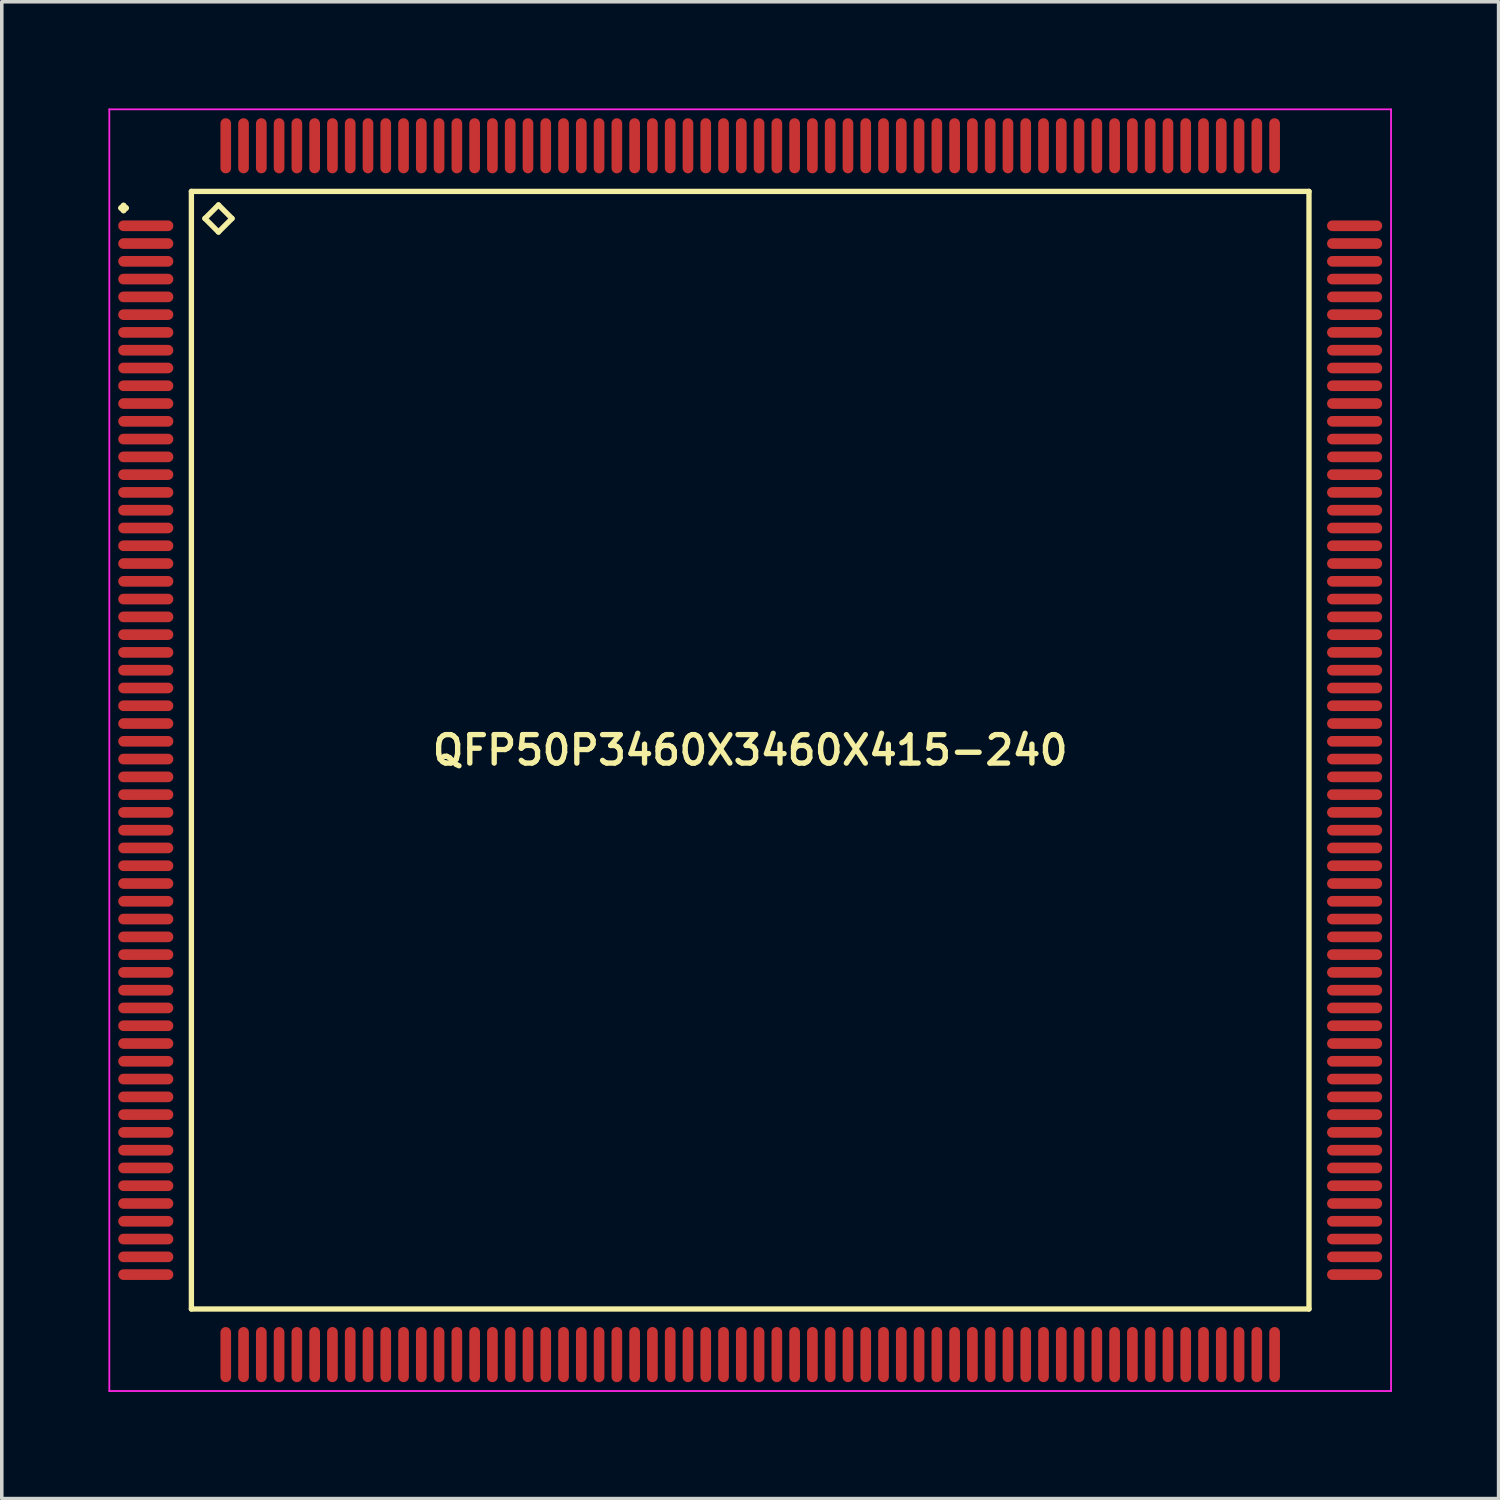
<source format=kicad_pcb>
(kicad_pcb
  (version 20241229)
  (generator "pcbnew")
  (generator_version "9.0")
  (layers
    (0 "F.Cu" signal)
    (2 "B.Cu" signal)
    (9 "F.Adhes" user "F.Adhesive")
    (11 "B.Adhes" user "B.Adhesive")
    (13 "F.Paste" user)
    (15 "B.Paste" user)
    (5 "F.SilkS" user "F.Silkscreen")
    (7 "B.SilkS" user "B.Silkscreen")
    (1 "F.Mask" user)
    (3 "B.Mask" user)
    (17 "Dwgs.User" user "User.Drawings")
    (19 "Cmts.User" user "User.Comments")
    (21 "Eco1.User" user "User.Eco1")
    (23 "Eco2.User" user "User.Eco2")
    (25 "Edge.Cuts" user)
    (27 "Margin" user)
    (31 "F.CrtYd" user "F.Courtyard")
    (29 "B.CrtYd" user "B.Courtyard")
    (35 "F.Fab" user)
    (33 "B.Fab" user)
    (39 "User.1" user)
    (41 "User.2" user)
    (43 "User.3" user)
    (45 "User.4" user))
  (footprint "QFP50P3460X3460X415-240"
    (layer "F.Cu")
    (at 18.05 18.05)
    (property "Reference" "QFP50P3460X3460X415-240" (at 0 0 0) (layer "F.SilkS") (effects (font (size 0.8 0.8) (thickness 0.15))))
    (attr smd)
    (fp_line (start -17.7 -15.25) (end -17.625 -15.325) (stroke (width 0.15) (type solid)) (layer "F.SilkS"))
    (fp_line (start -17.625 -15.325) (end -17.55 -15.25) (stroke (width 0.15) (type solid)) (layer "F.SilkS"))
    (fp_line (start -17.625 -15.175) (end -17.7 -15.25) (stroke (width 0.15) (type solid)) (layer "F.SilkS"))
    (fp_line (start -17.55 -15.25) (end -17.625 -15.175) (stroke (width 0.15) (type solid)) (layer "F.SilkS"))
    (fp_line (start -15.717 -15.717) (end -15.717 15.717) (stroke (width 0.15) (type solid)) (layer "F.SilkS"))
    (fp_line (start -15.717 15.717) (end 15.717 15.717) (stroke (width 0.15) (type solid)) (layer "F.SilkS"))
    (fp_line (start -15.336 -14.955) (end -14.955 -15.336) (stroke (width 0.15) (type solid)) (layer "F.SilkS"))
    (fp_line (start -14.955 -15.336) (end -14.574 -14.955) (stroke (width 0.15) (type solid)) (layer "F.SilkS"))
    (fp_line (start -14.955 -14.574) (end -15.336 -14.955) (stroke (width 0.15) (type solid)) (layer "F.SilkS"))
    (fp_line (start -14.574 -14.955) (end -14.955 -14.574) (stroke (width 0.15) (type solid)) (layer "F.SilkS"))
    (fp_line (start 15.717 -15.717) (end -15.717 -15.717) (stroke (width 0.15) (type solid)) (layer "F.SilkS"))
    (fp_line (start 15.717 15.717) (end 15.717 -15.717) (stroke (width 0.15) (type solid)) (layer "F.SilkS"))
    (fp_line (start -18.025 -18.025) (end 18.025 -18.025) (stroke (width 0.05) (type solid)) (layer "F.CrtYd"))
    (fp_line (start -18.025 18.025) (end -18.025 -18.025) (stroke (width 0.05) (type solid)) (layer "F.CrtYd"))
    (fp_line (start 18.025 -18.025) (end 18.025 18.025) (stroke (width 0.05) (type solid)) (layer "F.CrtYd"))
    (fp_line (start 18.025 18.025) (end -18.025 18.025) (stroke (width 0.05) (type solid)) (layer "F.CrtYd"))
    (pad "1" smd oval (at -17 -14.75) (size 1.55 0.3) (layers "F.Cu" "F.Mask" "F.Paste"))
    (pad "2" smd oval (at -17 -14.25) (size 1.55 0.3) (layers "F.Cu" "F.Mask" "F.Paste"))
    (pad "3" smd oval (at -17 -13.75) (size 1.55 0.3) (layers "F.Cu" "F.Mask" "F.Paste"))
    (pad "4" smd oval (at -17 -13.25) (size 1.55 0.3) (layers "F.Cu" "F.Mask" "F.Paste"))
    (pad "5" smd oval (at -17 -12.75) (size 1.55 0.3) (layers "F.Cu" "F.Mask" "F.Paste"))
    (pad "6" smd oval (at -17 -12.25) (size 1.55 0.3) (layers "F.Cu" "F.Mask" "F.Paste"))
    (pad "7" smd oval (at -17 -11.75) (size 1.55 0.3) (layers "F.Cu" "F.Mask" "F.Paste"))
    (pad "8" smd oval (at -17 -11.25) (size 1.55 0.3) (layers "F.Cu" "F.Mask" "F.Paste"))
    (pad "9" smd oval (at -17 -10.75) (size 1.55 0.3) (layers "F.Cu" "F.Mask" "F.Paste"))
    (pad "10" smd oval (at -17 -10.25) (size 1.55 0.3) (layers "F.Cu" "F.Mask" "F.Paste"))
    (pad "11" smd oval (at -17 -9.75) (size 1.55 0.3) (layers "F.Cu" "F.Mask" "F.Paste"))
    (pad "12" smd oval (at -17 -9.25) (size 1.55 0.3) (layers "F.Cu" "F.Mask" "F.Paste"))
    (pad "13" smd oval (at -17 -8.75) (size 1.55 0.3) (layers "F.Cu" "F.Mask" "F.Paste"))
    (pad "14" smd oval (at -17 -8.25) (size 1.55 0.3) (layers "F.Cu" "F.Mask" "F.Paste"))
    (pad "15" smd oval (at -17 -7.75) (size 1.55 0.3) (layers "F.Cu" "F.Mask" "F.Paste"))
    (pad "16" smd oval (at -17 -7.25) (size 1.55 0.3) (layers "F.Cu" "F.Mask" "F.Paste"))
    (pad "17" smd oval (at -17 -6.75) (size 1.55 0.3) (layers "F.Cu" "F.Mask" "F.Paste"))
    (pad "18" smd oval (at -17 -6.25) (size 1.55 0.3) (layers "F.Cu" "F.Mask" "F.Paste"))
    (pad "19" smd oval (at -17 -5.75) (size 1.55 0.3) (layers "F.Cu" "F.Mask" "F.Paste"))
    (pad "20" smd oval (at -17 -5.25) (size 1.55 0.3) (layers "F.Cu" "F.Mask" "F.Paste"))
    (pad "21" smd oval (at -17 -4.75) (size 1.55 0.3) (layers "F.Cu" "F.Mask" "F.Paste"))
    (pad "22" smd oval (at -17 -4.25) (size 1.55 0.3) (layers "F.Cu" "F.Mask" "F.Paste"))
    (pad "23" smd oval (at -17 -3.75) (size 1.55 0.3) (layers "F.Cu" "F.Mask" "F.Paste"))
    (pad "24" smd oval (at -17 -3.25) (size 1.55 0.3) (layers "F.Cu" "F.Mask" "F.Paste"))
    (pad "25" smd oval (at -17 -2.75) (size 1.55 0.3) (layers "F.Cu" "F.Mask" "F.Paste"))
    (pad "26" smd oval (at -17 -2.25) (size 1.55 0.3) (layers "F.Cu" "F.Mask" "F.Paste"))
    (pad "27" smd oval (at -17 -1.75) (size 1.55 0.3) (layers "F.Cu" "F.Mask" "F.Paste"))
    (pad "28" smd oval (at -17 -1.25) (size 1.55 0.3) (layers "F.Cu" "F.Mask" "F.Paste"))
    (pad "29" smd oval (at -17 -0.75) (size 1.55 0.3) (layers "F.Cu" "F.Mask" "F.Paste"))
    (pad "30" smd oval (at -17 -0.25) (size 1.55 0.3) (layers "F.Cu" "F.Mask" "F.Paste"))
    (pad "31" smd oval (at -17 0.25) (size 1.55 0.3) (layers "F.Cu" "F.Mask" "F.Paste"))
    (pad "32" smd oval (at -17 0.75) (size 1.55 0.3) (layers "F.Cu" "F.Mask" "F.Paste"))
    (pad "33" smd oval (at -17 1.25) (size 1.55 0.3) (layers "F.Cu" "F.Mask" "F.Paste"))
    (pad "34" smd oval (at -17 1.75) (size 1.55 0.3) (layers "F.Cu" "F.Mask" "F.Paste"))
    (pad "35" smd oval (at -17 2.25) (size 1.55 0.3) (layers "F.Cu" "F.Mask" "F.Paste"))
    (pad "36" smd oval (at -17 2.75) (size 1.55 0.3) (layers "F.Cu" "F.Mask" "F.Paste"))
    (pad "37" smd oval (at -17 3.25) (size 1.55 0.3) (layers "F.Cu" "F.Mask" "F.Paste"))
    (pad "38" smd oval (at -17 3.75) (size 1.55 0.3) (layers "F.Cu" "F.Mask" "F.Paste"))
    (pad "39" smd oval (at -17 4.25) (size 1.55 0.3) (layers "F.Cu" "F.Mask" "F.Paste"))
    (pad "40" smd oval (at -17 4.75) (size 1.55 0.3) (layers "F.Cu" "F.Mask" "F.Paste"))
    (pad "41" smd oval (at -17 5.25) (size 1.55 0.3) (layers "F.Cu" "F.Mask" "F.Paste"))
    (pad "42" smd oval (at -17 5.75) (size 1.55 0.3) (layers "F.Cu" "F.Mask" "F.Paste"))
    (pad "43" smd oval (at -17 6.25) (size 1.55 0.3) (layers "F.Cu" "F.Mask" "F.Paste"))
    (pad "44" smd oval (at -17 6.75) (size 1.55 0.3) (layers "F.Cu" "F.Mask" "F.Paste"))
    (pad "45" smd oval (at -17 7.25) (size 1.55 0.3) (layers "F.Cu" "F.Mask" "F.Paste"))
    (pad "46" smd oval (at -17 7.75) (size 1.55 0.3) (layers "F.Cu" "F.Mask" "F.Paste"))
    (pad "47" smd oval (at -17 8.25) (size 1.55 0.3) (layers "F.Cu" "F.Mask" "F.Paste"))
    (pad "48" smd oval (at -17 8.75) (size 1.55 0.3) (layers "F.Cu" "F.Mask" "F.Paste"))
    (pad "49" smd oval (at -17 9.25) (size 1.55 0.3) (layers "F.Cu" "F.Mask" "F.Paste"))
    (pad "50" smd oval (at -17 9.75) (size 1.55 0.3) (layers "F.Cu" "F.Mask" "F.Paste"))
    (pad "51" smd oval (at -17 10.25) (size 1.55 0.3) (layers "F.Cu" "F.Mask" "F.Paste"))
    (pad "52" smd oval (at -17 10.75) (size 1.55 0.3) (layers "F.Cu" "F.Mask" "F.Paste"))
    (pad "53" smd oval (at -17 11.25) (size 1.55 0.3) (layers "F.Cu" "F.Mask" "F.Paste"))
    (pad "54" smd oval (at -17 11.75) (size 1.55 0.3) (layers "F.Cu" "F.Mask" "F.Paste"))
    (pad "55" smd oval (at -17 12.25) (size 1.55 0.3) (layers "F.Cu" "F.Mask" "F.Paste"))
    (pad "56" smd oval (at -17 12.75) (size 1.55 0.3) (layers "F.Cu" "F.Mask" "F.Paste"))
    (pad "57" smd oval (at -17 13.25) (size 1.55 0.3) (layers "F.Cu" "F.Mask" "F.Paste"))
    (pad "58" smd oval (at -17 13.75) (size 1.55 0.3) (layers "F.Cu" "F.Mask" "F.Paste"))
    (pad "59" smd oval (at -17 14.25) (size 1.55 0.3) (layers "F.Cu" "F.Mask" "F.Paste"))
    (pad "60" smd oval (at -17 14.75) (size 1.55 0.3) (layers "F.Cu" "F.Mask" "F.Paste"))
    (pad "61" smd oval (at -14.75 17) (size 0.3 1.55) (layers "F.Cu" "F.Mask" "F.Paste"))
    (pad "62" smd oval (at -14.25 17) (size 0.3 1.55) (layers "F.Cu" "F.Mask" "F.Paste"))
    (pad "63" smd oval (at -13.75 17) (size 0.3 1.55) (layers "F.Cu" "F.Mask" "F.Paste"))
    (pad "64" smd oval (at -13.25 17) (size 0.3 1.55) (layers "F.Cu" "F.Mask" "F.Paste"))
    (pad "65" smd oval (at -12.75 17) (size 0.3 1.55) (layers "F.Cu" "F.Mask" "F.Paste"))
    (pad "66" smd oval (at -12.25 17) (size 0.3 1.55) (layers "F.Cu" "F.Mask" "F.Paste"))
    (pad "67" smd oval (at -11.75 17) (size 0.3 1.55) (layers "F.Cu" "F.Mask" "F.Paste"))
    (pad "68" smd oval (at -11.25 17) (size 0.3 1.55) (layers "F.Cu" "F.Mask" "F.Paste"))
    (pad "69" smd oval (at -10.75 17) (size 0.3 1.55) (layers "F.Cu" "F.Mask" "F.Paste"))
    (pad "70" smd oval (at -10.25 17) (size 0.3 1.55) (layers "F.Cu" "F.Mask" "F.Paste"))
    (pad "71" smd oval (at -9.75 17) (size 0.3 1.55) (layers "F.Cu" "F.Mask" "F.Paste"))
    (pad "72" smd oval (at -9.25 17) (size 0.3 1.55) (layers "F.Cu" "F.Mask" "F.Paste"))
    (pad "73" smd oval (at -8.75 17) (size 0.3 1.55) (layers "F.Cu" "F.Mask" "F.Paste"))
    (pad "74" smd oval (at -8.25 17) (size 0.3 1.55) (layers "F.Cu" "F.Mask" "F.Paste"))
    (pad "75" smd oval (at -7.75 17) (size 0.3 1.55) (layers "F.Cu" "F.Mask" "F.Paste"))
    (pad "76" smd oval (at -7.25 17) (size 0.3 1.55) (layers "F.Cu" "F.Mask" "F.Paste"))
    (pad "77" smd oval (at -6.75 17) (size 0.3 1.55) (layers "F.Cu" "F.Mask" "F.Paste"))
    (pad "78" smd oval (at -6.25 17) (size 0.3 1.55) (layers "F.Cu" "F.Mask" "F.Paste"))
    (pad "79" smd oval (at -5.75 17) (size 0.3 1.55) (layers "F.Cu" "F.Mask" "F.Paste"))
    (pad "80" smd oval (at -5.25 17) (size 0.3 1.55) (layers "F.Cu" "F.Mask" "F.Paste"))
    (pad "81" smd oval (at -4.75 17) (size 0.3 1.55) (layers "F.Cu" "F.Mask" "F.Paste"))
    (pad "82" smd oval (at -4.25 17) (size 0.3 1.55) (layers "F.Cu" "F.Mask" "F.Paste"))
    (pad "83" smd oval (at -3.75 17) (size 0.3 1.55) (layers "F.Cu" "F.Mask" "F.Paste"))
    (pad "84" smd oval (at -3.25 17) (size 0.3 1.55) (layers "F.Cu" "F.Mask" "F.Paste"))
    (pad "85" smd oval (at -2.75 17) (size 0.3 1.55) (layers "F.Cu" "F.Mask" "F.Paste"))
    (pad "86" smd oval (at -2.25 17) (size 0.3 1.55) (layers "F.Cu" "F.Mask" "F.Paste"))
    (pad "87" smd oval (at -1.75 17) (size 0.3 1.55) (layers "F.Cu" "F.Mask" "F.Paste"))
    (pad "88" smd oval (at -1.25 17) (size 0.3 1.55) (layers "F.Cu" "F.Mask" "F.Paste"))
    (pad "89" smd oval (at -0.75 17) (size 0.3 1.55) (layers "F.Cu" "F.Mask" "F.Paste"))
    (pad "90" smd oval (at -0.25 17) (size 0.3 1.55) (layers "F.Cu" "F.Mask" "F.Paste"))
    (pad "91" smd oval (at 0.25 17) (size 0.3 1.55) (layers "F.Cu" "F.Mask" "F.Paste"))
    (pad "92" smd oval (at 0.75 17) (size 0.3 1.55) (layers "F.Cu" "F.Mask" "F.Paste"))
    (pad "93" smd oval (at 1.25 17) (size 0.3 1.55) (layers "F.Cu" "F.Mask" "F.Paste"))
    (pad "94" smd oval (at 1.75 17) (size 0.3 1.55) (layers "F.Cu" "F.Mask" "F.Paste"))
    (pad "95" smd oval (at 2.25 17) (size 0.3 1.55) (layers "F.Cu" "F.Mask" "F.Paste"))
    (pad "96" smd oval (at 2.75 17) (size 0.3 1.55) (layers "F.Cu" "F.Mask" "F.Paste"))
    (pad "97" smd oval (at 3.25 17) (size 0.3 1.55) (layers "F.Cu" "F.Mask" "F.Paste"))
    (pad "98" smd oval (at 3.75 17) (size 0.3 1.55) (layers "F.Cu" "F.Mask" "F.Paste"))
    (pad "99" smd oval (at 4.25 17) (size 0.3 1.55) (layers "F.Cu" "F.Mask" "F.Paste"))
    (pad "100" smd oval (at 4.75 17) (size 0.3 1.55) (layers "F.Cu" "F.Mask" "F.Paste"))
    (pad "101" smd oval (at 5.25 17) (size 0.3 1.55) (layers "F.Cu" "F.Mask" "F.Paste"))
    (pad "102" smd oval (at 5.75 17) (size 0.3 1.55) (layers "F.Cu" "F.Mask" "F.Paste"))
    (pad "103" smd oval (at 6.25 17) (size 0.3 1.55) (layers "F.Cu" "F.Mask" "F.Paste"))
    (pad "104" smd oval (at 6.75 17) (size 0.3 1.55) (layers "F.Cu" "F.Mask" "F.Paste"))
    (pad "105" smd oval (at 7.25 17) (size 0.3 1.55) (layers "F.Cu" "F.Mask" "F.Paste"))
    (pad "106" smd oval (at 7.75 17) (size 0.3 1.55) (layers "F.Cu" "F.Mask" "F.Paste"))
    (pad "107" smd oval (at 8.25 17) (size 0.3 1.55) (layers "F.Cu" "F.Mask" "F.Paste"))
    (pad "108" smd oval (at 8.75 17) (size 0.3 1.55) (layers "F.Cu" "F.Mask" "F.Paste"))
    (pad "109" smd oval (at 9.25 17) (size 0.3 1.55) (layers "F.Cu" "F.Mask" "F.Paste"))
    (pad "110" smd oval (at 9.75 17) (size 0.3 1.55) (layers "F.Cu" "F.Mask" "F.Paste"))
    (pad "111" smd oval (at 10.25 17) (size 0.3 1.55) (layers "F.Cu" "F.Mask" "F.Paste"))
    (pad "112" smd oval (at 10.75 17) (size 0.3 1.55) (layers "F.Cu" "F.Mask" "F.Paste"))
    (pad "113" smd oval (at 11.25 17) (size 0.3 1.55) (layers "F.Cu" "F.Mask" "F.Paste"))
    (pad "114" smd oval (at 11.75 17) (size 0.3 1.55) (layers "F.Cu" "F.Mask" "F.Paste"))
    (pad "115" smd oval (at 12.25 17) (size 0.3 1.55) (layers "F.Cu" "F.Mask" "F.Paste"))
    (pad "116" smd oval (at 12.75 17) (size 0.3 1.55) (layers "F.Cu" "F.Mask" "F.Paste"))
    (pad "117" smd oval (at 13.25 17) (size 0.3 1.55) (layers "F.Cu" "F.Mask" "F.Paste"))
    (pad "118" smd oval (at 13.75 17) (size 0.3 1.55) (layers "F.Cu" "F.Mask" "F.Paste"))
    (pad "119" smd oval (at 14.25 17) (size 0.3 1.55) (layers "F.Cu" "F.Mask" "F.Paste"))
    (pad "120" smd oval (at 14.75 17) (size 0.3 1.55) (layers "F.Cu" "F.Mask" "F.Paste"))
    (pad "121" smd oval (at 17 14.75) (size 1.55 0.3) (layers "F.Cu" "F.Mask" "F.Paste"))
    (pad "122" smd oval (at 17 14.25) (size 1.55 0.3) (layers "F.Cu" "F.Mask" "F.Paste"))
    (pad "123" smd oval (at 17 13.75) (size 1.55 0.3) (layers "F.Cu" "F.Mask" "F.Paste"))
    (pad "124" smd oval (at 17 13.25) (size 1.55 0.3) (layers "F.Cu" "F.Mask" "F.Paste"))
    (pad "125" smd oval (at 17 12.75) (size 1.55 0.3) (layers "F.Cu" "F.Mask" "F.Paste"))
    (pad "126" smd oval (at 17 12.25) (size 1.55 0.3) (layers "F.Cu" "F.Mask" "F.Paste"))
    (pad "127" smd oval (at 17 11.75) (size 1.55 0.3) (layers "F.Cu" "F.Mask" "F.Paste"))
    (pad "128" smd oval (at 17 11.25) (size 1.55 0.3) (layers "F.Cu" "F.Mask" "F.Paste"))
    (pad "129" smd oval (at 17 10.75) (size 1.55 0.3) (layers "F.Cu" "F.Mask" "F.Paste"))
    (pad "130" smd oval (at 17 10.25) (size 1.55 0.3) (layers "F.Cu" "F.Mask" "F.Paste"))
    (pad "131" smd oval (at 17 9.75) (size 1.55 0.3) (layers "F.Cu" "F.Mask" "F.Paste"))
    (pad "132" smd oval (at 17 9.25) (size 1.55 0.3) (layers "F.Cu" "F.Mask" "F.Paste"))
    (pad "133" smd oval (at 17 8.75) (size 1.55 0.3) (layers "F.Cu" "F.Mask" "F.Paste"))
    (pad "134" smd oval (at 17 8.25) (size 1.55 0.3) (layers "F.Cu" "F.Mask" "F.Paste"))
    (pad "135" smd oval (at 17 7.75) (size 1.55 0.3) (layers "F.Cu" "F.Mask" "F.Paste"))
    (pad "136" smd oval (at 17 7.25) (size 1.55 0.3) (layers "F.Cu" "F.Mask" "F.Paste"))
    (pad "137" smd oval (at 17 6.75) (size 1.55 0.3) (layers "F.Cu" "F.Mask" "F.Paste"))
    (pad "138" smd oval (at 17 6.25) (size 1.55 0.3) (layers "F.Cu" "F.Mask" "F.Paste"))
    (pad "139" smd oval (at 17 5.75) (size 1.55 0.3) (layers "F.Cu" "F.Mask" "F.Paste"))
    (pad "140" smd oval (at 17 5.25) (size 1.55 0.3) (layers "F.Cu" "F.Mask" "F.Paste"))
    (pad "141" smd oval (at 17 4.75) (size 1.55 0.3) (layers "F.Cu" "F.Mask" "F.Paste"))
    (pad "142" smd oval (at 17 4.25) (size 1.55 0.3) (layers "F.Cu" "F.Mask" "F.Paste"))
    (pad "143" smd oval (at 17 3.75) (size 1.55 0.3) (layers "F.Cu" "F.Mask" "F.Paste"))
    (pad "144" smd oval (at 17 3.25) (size 1.55 0.3) (layers "F.Cu" "F.Mask" "F.Paste"))
    (pad "145" smd oval (at 17 2.75) (size 1.55 0.3) (layers "F.Cu" "F.Mask" "F.Paste"))
    (pad "146" smd oval (at 17 2.25) (size 1.55 0.3) (layers "F.Cu" "F.Mask" "F.Paste"))
    (pad "147" smd oval (at 17 1.75) (size 1.55 0.3) (layers "F.Cu" "F.Mask" "F.Paste"))
    (pad "148" smd oval (at 17 1.25) (size 1.55 0.3) (layers "F.Cu" "F.Mask" "F.Paste"))
    (pad "149" smd oval (at 17 0.75) (size 1.55 0.3) (layers "F.Cu" "F.Mask" "F.Paste"))
    (pad "150" smd oval (at 17 0.25) (size 1.55 0.3) (layers "F.Cu" "F.Mask" "F.Paste"))
    (pad "151" smd oval (at 17 -0.25) (size 1.55 0.3) (layers "F.Cu" "F.Mask" "F.Paste"))
    (pad "152" smd oval (at 17 -0.75) (size 1.55 0.3) (layers "F.Cu" "F.Mask" "F.Paste"))
    (pad "153" smd oval (at 17 -1.25) (size 1.55 0.3) (layers "F.Cu" "F.Mask" "F.Paste"))
    (pad "154" smd oval (at 17 -1.75) (size 1.55 0.3) (layers "F.Cu" "F.Mask" "F.Paste"))
    (pad "155" smd oval (at 17 -2.25) (size 1.55 0.3) (layers "F.Cu" "F.Mask" "F.Paste"))
    (pad "156" smd oval (at 17 -2.75) (size 1.55 0.3) (layers "F.Cu" "F.Mask" "F.Paste"))
    (pad "157" smd oval (at 17 -3.25) (size 1.55 0.3) (layers "F.Cu" "F.Mask" "F.Paste"))
    (pad "158" smd oval (at 17 -3.75) (size 1.55 0.3) (layers "F.Cu" "F.Mask" "F.Paste"))
    (pad "159" smd oval (at 17 -4.25) (size 1.55 0.3) (layers "F.Cu" "F.Mask" "F.Paste"))
    (pad "160" smd oval (at 17 -4.75) (size 1.55 0.3) (layers "F.Cu" "F.Mask" "F.Paste"))
    (pad "161" smd oval (at 17 -5.25) (size 1.55 0.3) (layers "F.Cu" "F.Mask" "F.Paste"))
    (pad "162" smd oval (at 17 -5.75) (size 1.55 0.3) (layers "F.Cu" "F.Mask" "F.Paste"))
    (pad "163" smd oval (at 17 -6.25) (size 1.55 0.3) (layers "F.Cu" "F.Mask" "F.Paste"))
    (pad "164" smd oval (at 17 -6.75) (size 1.55 0.3) (layers "F.Cu" "F.Mask" "F.Paste"))
    (pad "165" smd oval (at 17 -7.25) (size 1.55 0.3) (layers "F.Cu" "F.Mask" "F.Paste"))
    (pad "166" smd oval (at 17 -7.75) (size 1.55 0.3) (layers "F.Cu" "F.Mask" "F.Paste"))
    (pad "167" smd oval (at 17 -8.25) (size 1.55 0.3) (layers "F.Cu" "F.Mask" "F.Paste"))
    (pad "168" smd oval (at 17 -8.75) (size 1.55 0.3) (layers "F.Cu" "F.Mask" "F.Paste"))
    (pad "169" smd oval (at 17 -9.25) (size 1.55 0.3) (layers "F.Cu" "F.Mask" "F.Paste"))
    (pad "170" smd oval (at 17 -9.75) (size 1.55 0.3) (layers "F.Cu" "F.Mask" "F.Paste"))
    (pad "171" smd oval (at 17 -10.25) (size 1.55 0.3) (layers "F.Cu" "F.Mask" "F.Paste"))
    (pad "172" smd oval (at 17 -10.75) (size 1.55 0.3) (layers "F.Cu" "F.Mask" "F.Paste"))
    (pad "173" smd oval (at 17 -11.25) (size 1.55 0.3) (layers "F.Cu" "F.Mask" "F.Paste"))
    (pad "174" smd oval (at 17 -11.75) (size 1.55 0.3) (layers "F.Cu" "F.Mask" "F.Paste"))
    (pad "175" smd oval (at 17 -12.25) (size 1.55 0.3) (layers "F.Cu" "F.Mask" "F.Paste"))
    (pad "176" smd oval (at 17 -12.75) (size 1.55 0.3) (layers "F.Cu" "F.Mask" "F.Paste"))
    (pad "177" smd oval (at 17 -13.25) (size 1.55 0.3) (layers "F.Cu" "F.Mask" "F.Paste"))
    (pad "178" smd oval (at 17 -13.75) (size 1.55 0.3) (layers "F.Cu" "F.Mask" "F.Paste"))
    (pad "179" smd oval (at 17 -14.25) (size 1.55 0.3) (layers "F.Cu" "F.Mask" "F.Paste"))
    (pad "180" smd oval (at 17 -14.75) (size 1.55 0.3) (layers "F.Cu" "F.Mask" "F.Paste"))
    (pad "181" smd oval (at 14.75 -17) (size 0.3 1.55) (layers "F.Cu" "F.Mask" "F.Paste"))
    (pad "182" smd oval (at 14.25 -17) (size 0.3 1.55) (layers "F.Cu" "F.Mask" "F.Paste"))
    (pad "183" smd oval (at 13.75 -17) (size 0.3 1.55) (layers "F.Cu" "F.Mask" "F.Paste"))
    (pad "184" smd oval (at 13.25 -17) (size 0.3 1.55) (layers "F.Cu" "F.Mask" "F.Paste"))
    (pad "185" smd oval (at 12.75 -17) (size 0.3 1.55) (layers "F.Cu" "F.Mask" "F.Paste"))
    (pad "186" smd oval (at 12.25 -17) (size 0.3 1.55) (layers "F.Cu" "F.Mask" "F.Paste"))
    (pad "187" smd oval (at 11.75 -17) (size 0.3 1.55) (layers "F.Cu" "F.Mask" "F.Paste"))
    (pad "188" smd oval (at 11.25 -17) (size 0.3 1.55) (layers "F.Cu" "F.Mask" "F.Paste"))
    (pad "189" smd oval (at 10.75 -17) (size 0.3 1.55) (layers "F.Cu" "F.Mask" "F.Paste"))
    (pad "190" smd oval (at 10.25 -17) (size 0.3 1.55) (layers "F.Cu" "F.Mask" "F.Paste"))
    (pad "191" smd oval (at 9.75 -17) (size 0.3 1.55) (layers "F.Cu" "F.Mask" "F.Paste"))
    (pad "192" smd oval (at 9.25 -17) (size 0.3 1.55) (layers "F.Cu" "F.Mask" "F.Paste"))
    (pad "193" smd oval (at 8.75 -17) (size 0.3 1.55) (layers "F.Cu" "F.Mask" "F.Paste"))
    (pad "194" smd oval (at 8.25 -17) (size 0.3 1.55) (layers "F.Cu" "F.Mask" "F.Paste"))
    (pad "195" smd oval (at 7.75 -17) (size 0.3 1.55) (layers "F.Cu" "F.Mask" "F.Paste"))
    (pad "196" smd oval (at 7.25 -17) (size 0.3 1.55) (layers "F.Cu" "F.Mask" "F.Paste"))
    (pad "197" smd oval (at 6.75 -17) (size 0.3 1.55) (layers "F.Cu" "F.Mask" "F.Paste"))
    (pad "198" smd oval (at 6.25 -17) (size 0.3 1.55) (layers "F.Cu" "F.Mask" "F.Paste"))
    (pad "199" smd oval (at 5.75 -17) (size 0.3 1.55) (layers "F.Cu" "F.Mask" "F.Paste"))
    (pad "200" smd oval (at 5.25 -17) (size 0.3 1.55) (layers "F.Cu" "F.Mask" "F.Paste"))
    (pad "201" smd oval (at 4.75 -17) (size 0.3 1.55) (layers "F.Cu" "F.Mask" "F.Paste"))
    (pad "202" smd oval (at 4.25 -17) (size 0.3 1.55) (layers "F.Cu" "F.Mask" "F.Paste"))
    (pad "203" smd oval (at 3.75 -17) (size 0.3 1.55) (layers "F.Cu" "F.Mask" "F.Paste"))
    (pad "204" smd oval (at 3.25 -17) (size 0.3 1.55) (layers "F.Cu" "F.Mask" "F.Paste"))
    (pad "205" smd oval (at 2.75 -17) (size 0.3 1.55) (layers "F.Cu" "F.Mask" "F.Paste"))
    (pad "206" smd oval (at 2.25 -17) (size 0.3 1.55) (layers "F.Cu" "F.Mask" "F.Paste"))
    (pad "207" smd oval (at 1.75 -17) (size 0.3 1.55) (layers "F.Cu" "F.Mask" "F.Paste"))
    (pad "208" smd oval (at 1.25 -17) (size 0.3 1.55) (layers "F.Cu" "F.Mask" "F.Paste"))
    (pad "209" smd oval (at 0.75 -17) (size 0.3 1.55) (layers "F.Cu" "F.Mask" "F.Paste"))
    (pad "210" smd oval (at 0.25 -17) (size 0.3 1.55) (layers "F.Cu" "F.Mask" "F.Paste"))
    (pad "211" smd oval (at -0.25 -17) (size 0.3 1.55) (layers "F.Cu" "F.Mask" "F.Paste"))
    (pad "212" smd oval (at -0.75 -17) (size 0.3 1.55) (layers "F.Cu" "F.Mask" "F.Paste"))
    (pad "213" smd oval (at -1.25 -17) (size 0.3 1.55) (layers "F.Cu" "F.Mask" "F.Paste"))
    (pad "214" smd oval (at -1.75 -17) (size 0.3 1.55) (layers "F.Cu" "F.Mask" "F.Paste"))
    (pad "215" smd oval (at -2.25 -17) (size 0.3 1.55) (layers "F.Cu" "F.Mask" "F.Paste"))
    (pad "216" smd oval (at -2.75 -17) (size 0.3 1.55) (layers "F.Cu" "F.Mask" "F.Paste"))
    (pad "217" smd oval (at -3.25 -17) (size 0.3 1.55) (layers "F.Cu" "F.Mask" "F.Paste"))
    (pad "218" smd oval (at -3.75 -17) (size 0.3 1.55) (layers "F.Cu" "F.Mask" "F.Paste"))
    (pad "219" smd oval (at -4.25 -17) (size 0.3 1.55) (layers "F.Cu" "F.Mask" "F.Paste"))
    (pad "220" smd oval (at -4.75 -17) (size 0.3 1.55) (layers "F.Cu" "F.Mask" "F.Paste"))
    (pad "221" smd oval (at -5.25 -17) (size 0.3 1.55) (layers "F.Cu" "F.Mask" "F.Paste"))
    (pad "222" smd oval (at -5.75 -17) (size 0.3 1.55) (layers "F.Cu" "F.Mask" "F.Paste"))
    (pad "223" smd oval (at -6.25 -17) (size 0.3 1.55) (layers "F.Cu" "F.Mask" "F.Paste"))
    (pad "224" smd oval (at -6.75 -17) (size 0.3 1.55) (layers "F.Cu" "F.Mask" "F.Paste"))
    (pad "225" smd oval (at -7.25 -17) (size 0.3 1.55) (layers "F.Cu" "F.Mask" "F.Paste"))
    (pad "226" smd oval (at -7.75 -17) (size 0.3 1.55) (layers "F.Cu" "F.Mask" "F.Paste"))
    (pad "227" smd oval (at -8.25 -17) (size 0.3 1.55) (layers "F.Cu" "F.Mask" "F.Paste"))
    (pad "228" smd oval (at -8.75 -17) (size 0.3 1.55) (layers "F.Cu" "F.Mask" "F.Paste"))
    (pad "229" smd oval (at -9.25 -17) (size 0.3 1.55) (layers "F.Cu" "F.Mask" "F.Paste"))
    (pad "230" smd oval (at -9.75 -17) (size 0.3 1.55) (layers "F.Cu" "F.Mask" "F.Paste"))
    (pad "231" smd oval (at -10.25 -17) (size 0.3 1.55) (layers "F.Cu" "F.Mask" "F.Paste"))
    (pad "232" smd oval (at -10.75 -17) (size 0.3 1.55) (layers "F.Cu" "F.Mask" "F.Paste"))
    (pad "233" smd oval (at -11.25 -17) (size 0.3 1.55) (layers "F.Cu" "F.Mask" "F.Paste"))
    (pad "234" smd oval (at -11.75 -17) (size 0.3 1.55) (layers "F.Cu" "F.Mask" "F.Paste"))
    (pad "235" smd oval (at -12.25 -17) (size 0.3 1.55) (layers "F.Cu" "F.Mask" "F.Paste"))
    (pad "236" smd oval (at -12.75 -17) (size 0.3 1.55) (layers "F.Cu" "F.Mask" "F.Paste"))
    (pad "237" smd oval (at -13.25 -17) (size 0.3 1.55) (layers "F.Cu" "F.Mask" "F.Paste"))
    (pad "238" smd oval (at -13.75 -17) (size 0.3 1.55) (layers "F.Cu" "F.Mask" "F.Paste"))
    (pad "239" smd oval (at -14.25 -17) (size 0.3 1.55) (layers "F.Cu" "F.Mask" "F.Paste"))
    (pad "240" smd oval (at -14.75 -17) (size 0.3 1.55) (layers "F.Cu" "F.Mask" "F.Paste")))
  (gr_rect
    (start -3 -3)
    (end 39.1 39.1)
    (stroke (width 0.1) (type default))
    (fill no)
    (layer "Edge.Cuts")))
</source>
